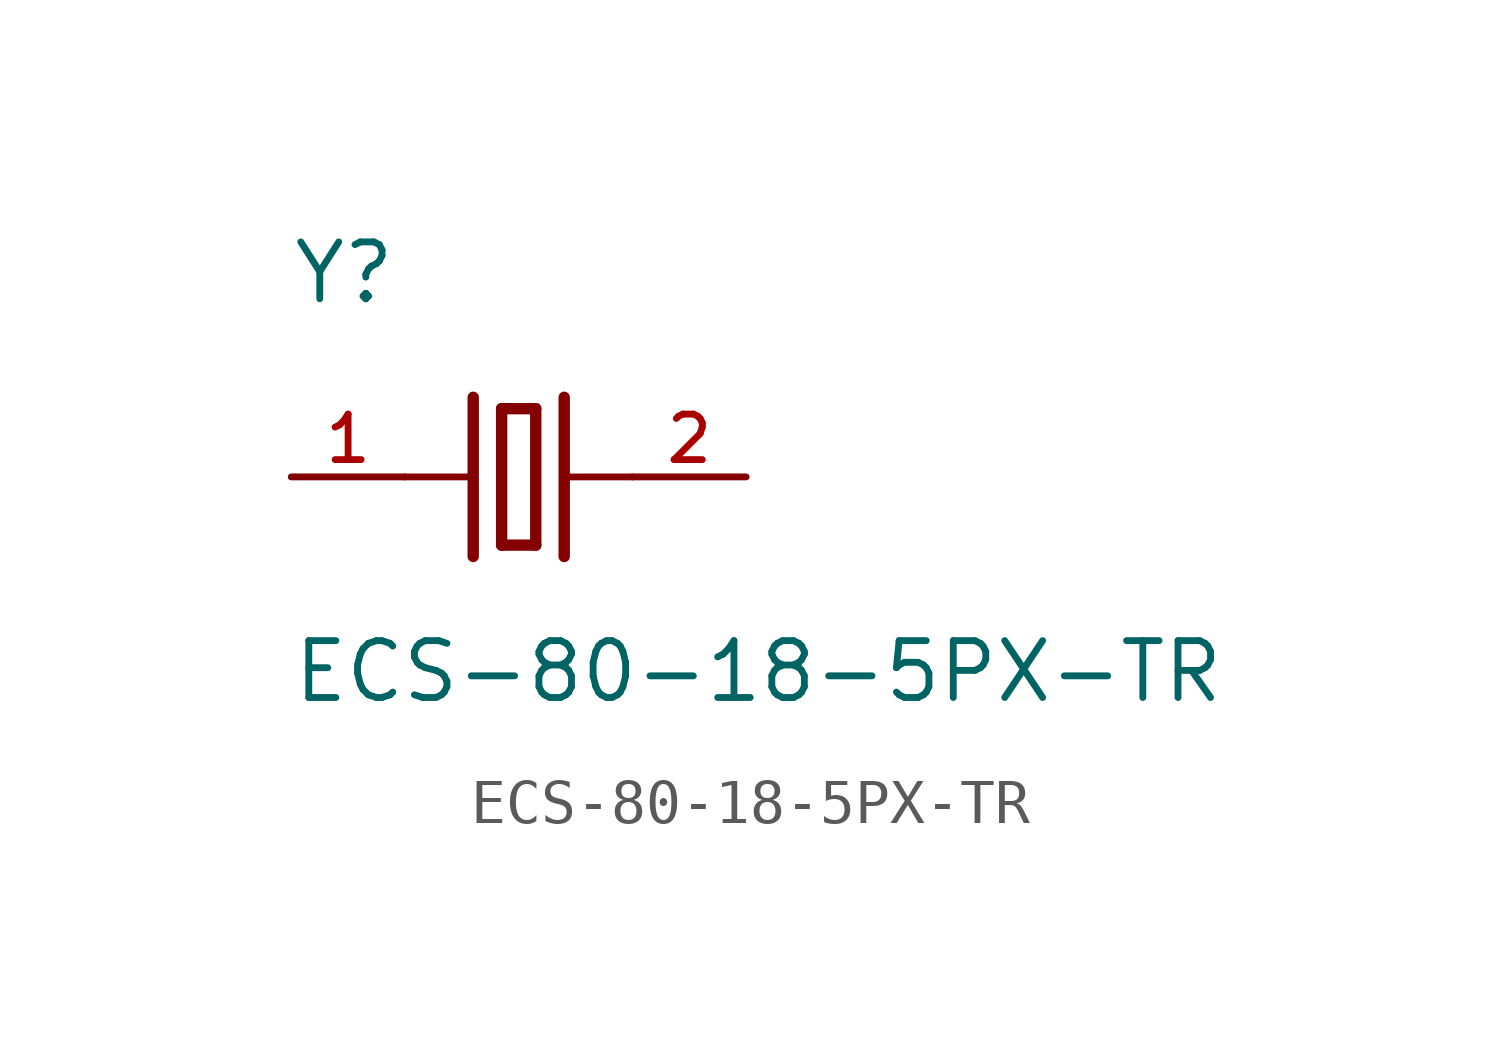
<source format=kicad_sym>
(kicad_symbol_lib
  (version 20211014)
  (generator kicad_symbol_editor)
  (symbol "ECS-80-18-5PX-TR"
    (pin_names
      (offset 1.016))
    (property "Reference" "Y"
      (at -5.087 3.815 0)
      (effects (font (size 1.27 1.27)) (justify bottom left)))
    (property "Value" "ECS-80-18-5PX-TR"
      (at -5.09 -5.09 0)
      (effects (font (size 1.27 1.27)) (justify bottom left)))
    (symbol "ECS-80-18-5PX-TR_0_0"
      (polyline (pts (xy 1.016 0.0) (xy 2.54 0.0)) (stroke (width 0.152)))
      (polyline (pts (xy -2.54 0.0) (xy -1.016 0.0)) (stroke (width 0.152)))
      (polyline (pts (xy -0.381 1.524) (xy -0.381 -1.524)) (stroke (width 0.254)))
      (polyline (pts (xy -0.381 -1.524) (xy 0.381 -1.524)) (stroke (width 0.254)))
      (polyline (pts (xy 0.381 -1.524) (xy 0.381 1.524)) (stroke (width 0.254)))
      (polyline (pts (xy 0.381 1.524) (xy -0.381 1.524)) (stroke (width 0.254)))
      (polyline (pts (xy 1.016 1.778) (xy 1.016 -1.778)) (stroke (width 0.254)))
      (polyline (pts (xy -1.016 1.778) (xy -1.016 -1.778)) (stroke (width 0.254)))
      (pin passive line (at 5.08 0.0 180.0) (length 2.54) (name "~" (effects (font (size 1.016 1.016)))) (number "2" (effects (font (size 1.016 1.016)))))
      (pin passive line (at -5.08 0.0 0) (length 2.54) (name "~" (effects (font (size 1.016 1.016)))) (number "1" (effects (font (size 1.016 1.016))))))))
</source>
